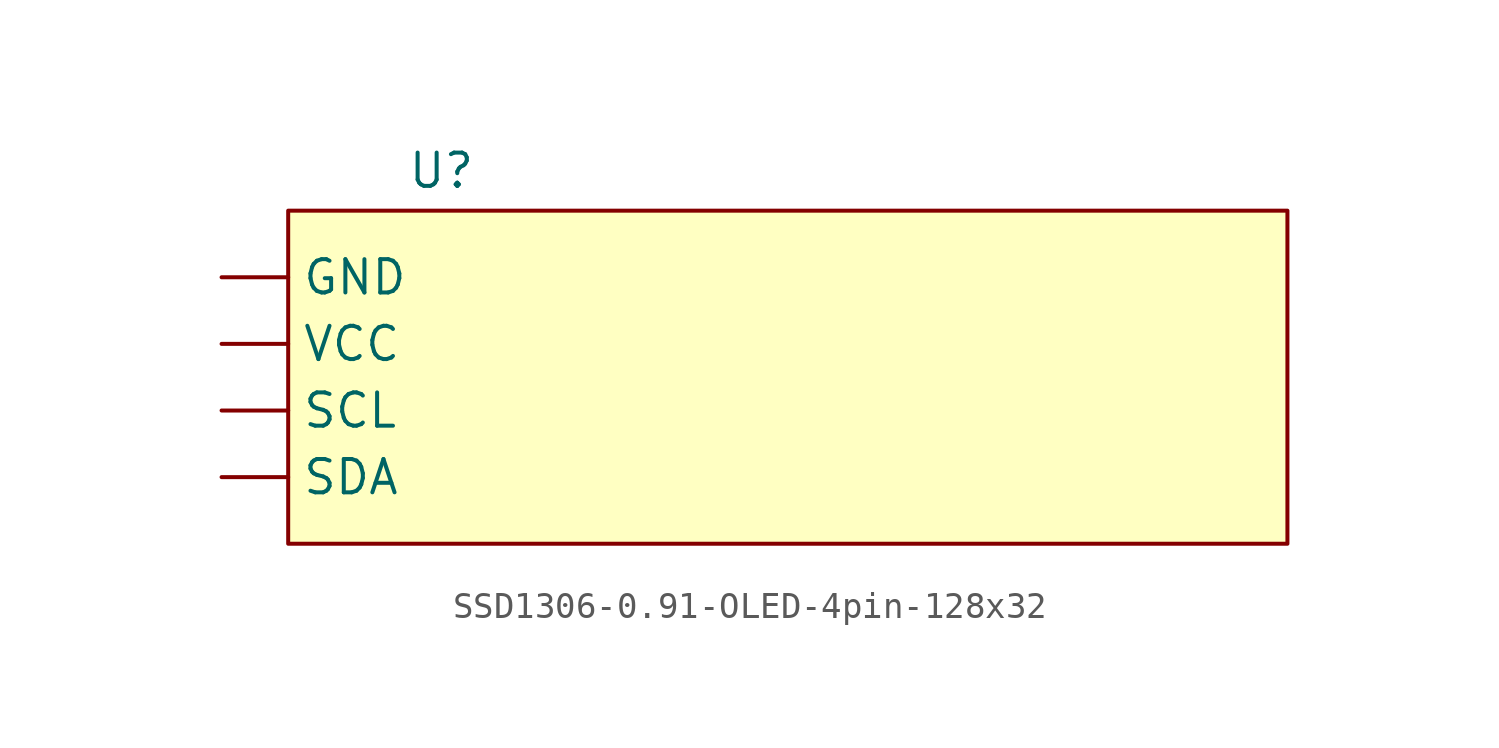
<source format=kicad_sym>
(kicad_symbol_lib
  (version 20241209)
  (generator "kicad_symbol_editor")
  (generator_version "9.0")
  (symbol "SSD1306-0.91-OLED-4pin-128x32"
    (property "Reference" "U"
      (at -6.858 1.524 0)
      (effects (font (size 1.27 1.27))))
    (property "Value" ""
      (at 0 0 0)
      (effects (font (size 1.27 1.27))))
    (symbol "SSD1306-0.91-OLED-4pin-128x32_1_1"
      (rectangle (start -12.7 0) (end 25.4 -12.7) (stroke (width 0) (type solid)) (fill (type background)))
      (pin power_out line (at -15.24 -2.54 0) (length 2.54) (name "GND" (effects (font (size 1.27 1.27)))) (number "" (effects (font (size 1.27 1.27)))))
      (pin power_in line (at -15.24 -5.08 0) (length 2.54) (name "VCC" (effects (font (size 1.27 1.27)))) (number "" (effects (font (size 1.27 1.27)))))
      (pin bidirectional line (at -15.24 -7.62 0) (length 2.54) (name "SCL" (effects (font (size 1.27 1.27)))) (number "" (effects (font (size 1.27 1.27)))))
      (pin bidirectional line (at -15.24 -10.16 0) (length 2.54) (name "SDA" (effects (font (size 1.27 1.27)))) (number "" (effects (font (size 1.27 1.27))))))))
</source>
